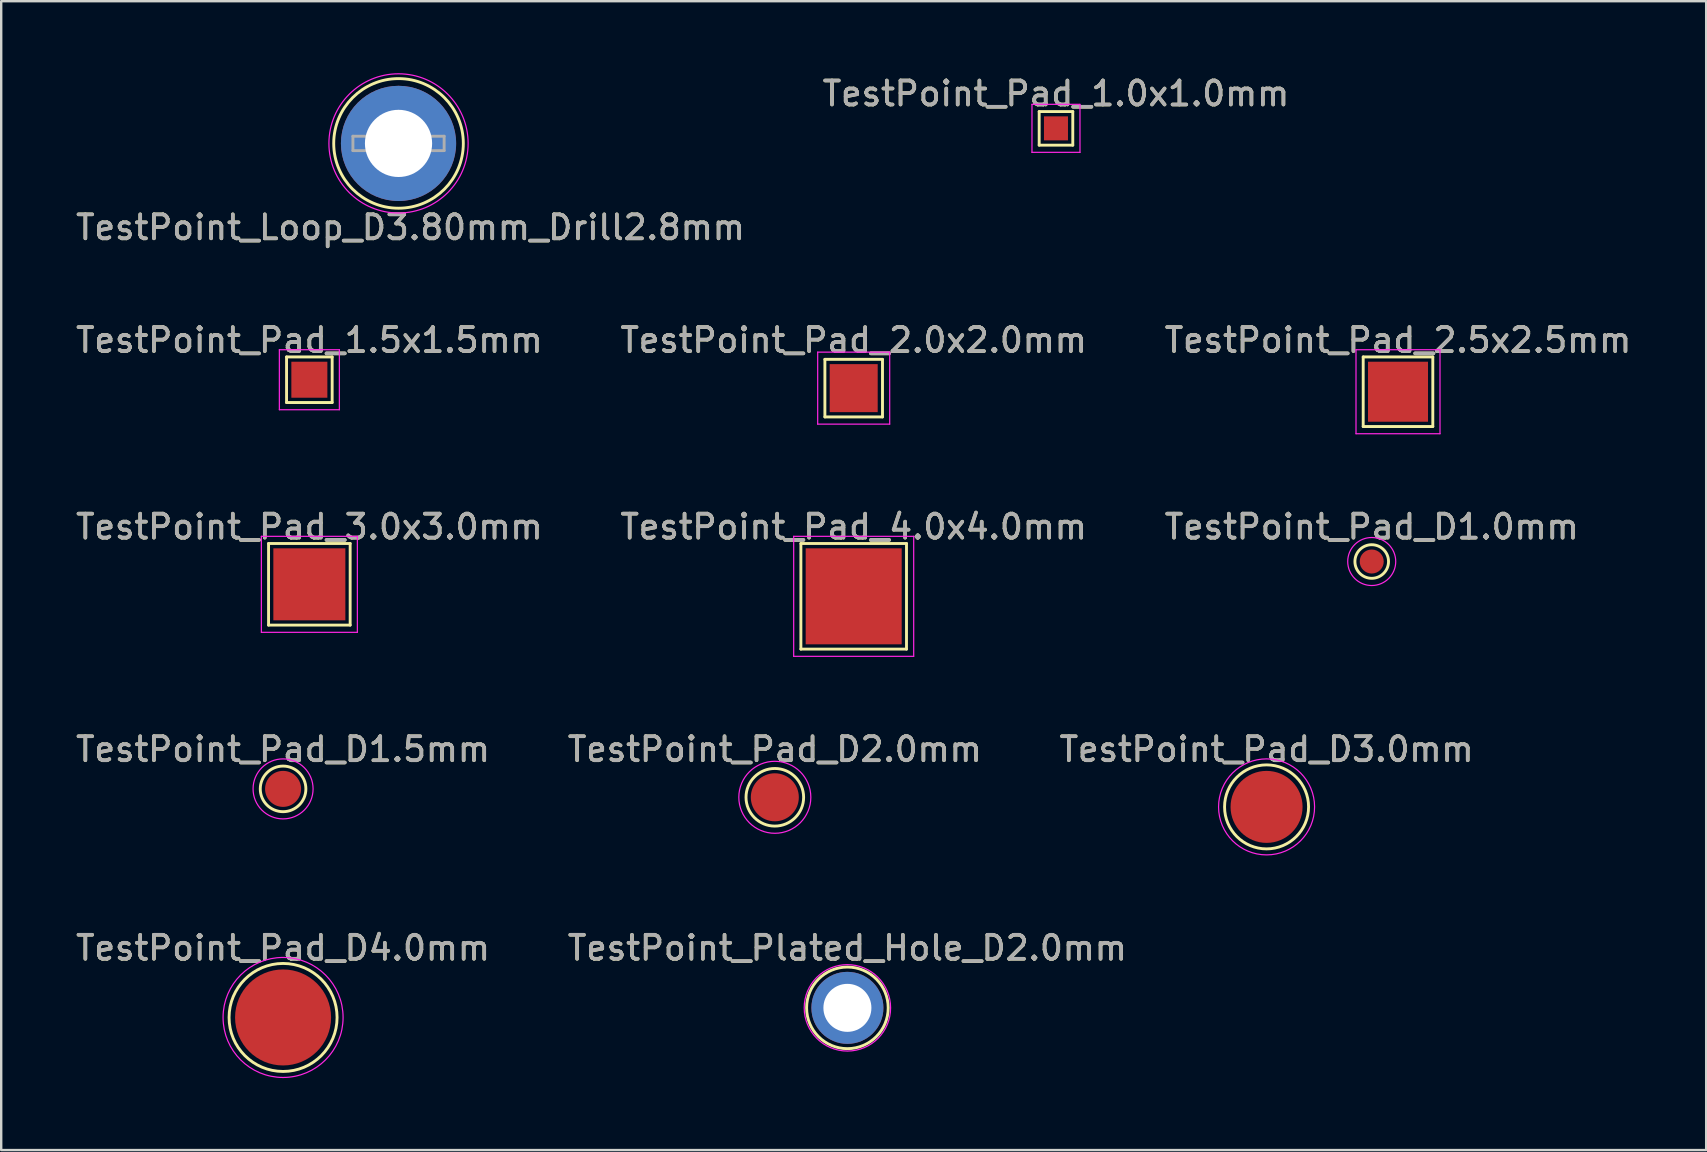
<source format=kicad_pcb>
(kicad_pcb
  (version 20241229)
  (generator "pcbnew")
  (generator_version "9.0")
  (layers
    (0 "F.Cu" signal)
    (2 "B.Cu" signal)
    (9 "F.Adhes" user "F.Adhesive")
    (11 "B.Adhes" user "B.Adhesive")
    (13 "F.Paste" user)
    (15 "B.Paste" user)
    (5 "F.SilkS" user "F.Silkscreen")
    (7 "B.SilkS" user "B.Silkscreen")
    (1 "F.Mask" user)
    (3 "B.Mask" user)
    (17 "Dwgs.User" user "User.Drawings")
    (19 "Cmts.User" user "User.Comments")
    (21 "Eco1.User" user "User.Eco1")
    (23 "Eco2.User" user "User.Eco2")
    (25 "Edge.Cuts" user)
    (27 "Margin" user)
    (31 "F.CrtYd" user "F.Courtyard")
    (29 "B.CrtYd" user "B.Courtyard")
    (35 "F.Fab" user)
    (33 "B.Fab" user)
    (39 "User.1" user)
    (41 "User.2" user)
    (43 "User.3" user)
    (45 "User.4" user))
  (footprint "TestPoint_Pad_4.0x4.0mm"
    (layer "F.Cu")
    (at 32.518 21.795)
    (property "Reference" "TestPoint_Pad_4.0x4.0mm" (at 0 -2.898 0) (layer "F.SilkS") (effects (font (size 1 1) (thickness 0.15))))
    (attr exclude_from_pos_files exclude_from_bom)
    (fp_line (start -2.2 -2.2) (end 2.2 -2.2) (stroke (width 0.12) (type solid)) (layer "F.SilkS"))
    (fp_line (start -2.2 2.2) (end -2.2 -2.2) (stroke (width 0.12) (type solid)) (layer "F.SilkS"))
    (fp_line (start 2.2 -2.2) (end 2.2 2.2) (stroke (width 0.12) (type solid)) (layer "F.SilkS"))
    (fp_line (start 2.2 2.2) (end -2.2 2.2) (stroke (width 0.12) (type solid)) (layer "F.SilkS"))
    (fp_line (start -2.5 -2.5) (end -2.5 2.5) (stroke (width 0.05) (type solid)) (layer "F.CrtYd"))
    (fp_line (start -2.5 -2.5) (end 2.5 -2.5) (stroke (width 0.05) (type solid)) (layer "F.CrtYd"))
    (fp_line (start 2.5 2.5) (end -2.5 2.5) (stroke (width 0.05) (type solid)) (layer "F.CrtYd"))
    (fp_line (start 2.5 2.5) (end 2.5 -2.5) (stroke (width 0.05) (type solid)) (layer "F.CrtYd"))
    (fp_text user "${REFERENCE}" (at 0 -2.9 0) (layer "F.Fab") (effects (font (size 1 1) (thickness 0.15))))
    (pad "1" smd rect (at 0 0) (size 4 4) (layers "F.Cu" "F.Mask")))
  (footprint "TestPoint_Pad_3.0x3.0mm"
    (layer "F.Cu")
    (at 9.839 21.295)
    (property "Reference" "TestPoint_Pad_3.0x3.0mm" (at 0 -2.398 0) (layer "F.SilkS") (effects (font (size 1 1) (thickness 0.15))))
    (attr exclude_from_pos_files exclude_from_bom)
    (fp_line (start -1.7 -1.7) (end 1.7 -1.7) (stroke (width 0.12) (type solid)) (layer "F.SilkS"))
    (fp_line (start -1.7 1.7) (end -1.7 -1.7) (stroke (width 0.12) (type solid)) (layer "F.SilkS"))
    (fp_line (start 1.7 -1.7) (end 1.7 1.7) (stroke (width 0.12) (type solid)) (layer "F.SilkS"))
    (fp_line (start 1.7 1.7) (end -1.7 1.7) (stroke (width 0.12) (type solid)) (layer "F.SilkS"))
    (fp_line (start -2 -2) (end -2 2) (stroke (width 0.05) (type solid)) (layer "F.CrtYd"))
    (fp_line (start -2 -2) (end 2 -2) (stroke (width 0.05) (type solid)) (layer "F.CrtYd"))
    (fp_line (start 2 2) (end -2 2) (stroke (width 0.05) (type solid)) (layer "F.CrtYd"))
    (fp_line (start 2 2) (end 2 -2) (stroke (width 0.05) (type solid)) (layer "F.CrtYd"))
    (fp_text user "${REFERENCE}" (at 0 -2.4 0) (layer "F.Fab") (effects (font (size 1 1) (thickness 0.15))))
    (pad "1" smd rect (at 0 0) (size 3 3) (layers "F.Cu" "F.Mask")))
  (footprint "TestPoint_Loop_D3.80mm_Drill2.8mm"
    (layer "F.Cu")
    (at 13.554 2.925)
    (property "Reference" "TestPoint_Loop_D3.80mm_Drill2.8mm" (at 0.5 3.5 0) (layer "F.SilkS") (effects (font (size 1 1) (thickness 0.15))))
    (attr through_hole)
    (fp_circle (center 0 0) (end 2.7 0) (stroke (width 0.12) (type solid)) (fill no) (layer "F.SilkS"))
    (fp_circle (center 0 0) (end 2.9 0) (stroke (width 0.05) (type solid)) (fill no) (layer "F.CrtYd"))
    (fp_line (start -1.9 -0.3) (end -1.9 0.3) (stroke (width 0.12) (type solid)) (layer "F.Fab"))
    (fp_line (start -1.9 0.3) (end 1.9 0.3) (stroke (width 0.12) (type solid)) (layer "F.Fab"))
    (fp_line (start 1.9 -0.3) (end -1.9 -0.3) (stroke (width 0.12) (type solid)) (layer "F.Fab"))
    (fp_line (start 1.9 0.3) (end 1.9 -0.3) (stroke (width 0.12) (type solid)) (layer "F.Fab"))
    (fp_text user "${REFERENCE}" (at 0.5 3.5 0) (layer "F.Fab") (effects (font (size 1 1) (thickness 0.15))))
    (pad "1" thru_hole circle (at 0 0) (size 4.8 4.8) (drill 2.8) (layers "*.Cu" "*.Mask")))
  (footprint "TestPoint_Pad_D1.0mm"
    (layer "F.Cu")
    (at 54.101 20.345)
    (property "Reference" "TestPoint_Pad_D1.0mm" (at 0 -1.448 0) (layer "F.SilkS") (effects (font (size 1 1) (thickness 0.15))))
    (attr exclude_from_pos_files exclude_from_bom)
    (fp_circle (center 0 0) (end 0 0.7) (stroke (width 0.12) (type solid)) (fill no) (layer "F.SilkS"))
    (fp_circle (center 0 0) (end 1 0) (stroke (width 0.05) (type solid)) (fill no) (layer "F.CrtYd"))
    (fp_text user "${REFERENCE}" (at 0 -1.45 0) (layer "F.Fab") (effects (font (size 1 1) (thickness 0.15))))
    (pad "1" smd circle (at 0 0) (size 1 1) (layers "F.Cu" "F.Mask")))
  (footprint "TestPoint_Pad_D4.0mm"
    (layer "F.Cu")
    (at 8.744 39.341)
    (property "Reference" "TestPoint_Pad_D4.0mm" (at 0 -2.898 0) (layer "F.SilkS") (effects (font (size 1 1) (thickness 0.15))))
    (attr exclude_from_pos_files exclude_from_bom)
    (fp_circle (center 0 0) (end 0 2.25) (stroke (width 0.12) (type solid)) (fill no) (layer "F.SilkS"))
    (fp_circle (center 0 0) (end 2.5 0) (stroke (width 0.05) (type solid)) (fill no) (layer "F.CrtYd"))
    (fp_text user "${REFERENCE}" (at 0 -2.9 0) (layer "F.Fab") (effects (font (size 1 1) (thickness 0.15))))
    (pad "1" smd circle (at 0 0) (size 4 4) (layers "F.Cu" "F.Mask")))
  (footprint "TestPoint_Pad_D1.5mm"
    (layer "F.Cu")
    (at 8.744 29.818)
    (property "Reference" "TestPoint_Pad_D1.5mm" (at 0 -1.648 0) (layer "F.SilkS") (effects (font (size 1 1) (thickness 0.15))))
    (attr exclude_from_pos_files exclude_from_bom)
    (fp_circle (center 0 0) (end 0 0.95) (stroke (width 0.12) (type solid)) (fill no) (layer "F.SilkS"))
    (fp_circle (center 0 0) (end 1.25 0) (stroke (width 0.05) (type solid)) (fill no) (layer "F.CrtYd"))
    (fp_text user "${REFERENCE}" (at 0 -1.65 0) (layer "F.Fab") (effects (font (size 1 1) (thickness 0.15))))
    (pad "1" smd circle (at 0 0) (size 1.5 1.5) (layers "F.Cu" "F.Mask")))
  (footprint "TestPoint_Pad_D2.0mm"
    (layer "F.Cu")
    (at 29.232 30.168)
    (property "Reference" "TestPoint_Pad_D2.0mm" (at 0 -1.998 0) (layer "F.SilkS") (effects (font (size 1 1) (thickness 0.15))))
    (attr exclude_from_pos_files exclude_from_bom)
    (fp_circle (center 0 0) (end 0 1.2) (stroke (width 0.12) (type solid)) (fill no) (layer "F.SilkS"))
    (fp_circle (center 0 0) (end 1.5 0) (stroke (width 0.05) (type solid)) (fill no) (layer "F.CrtYd"))
    (fp_text user "${REFERENCE}" (at 0 -2 0) (layer "F.Fab") (effects (font (size 1 1) (thickness 0.15))))
    (pad "1" smd circle (at 0 0) (size 2 2) (layers "F.Cu" "F.Mask")))
  (footprint "TestPoint_Pad_1.0x1.0mm"
    (layer "F.Cu")
    (at 40.946 2.298)
    (property "Reference" "TestPoint_Pad_1.0x1.0mm" (at 0 -1.448 0) (layer "F.SilkS") (effects (font (size 1 1) (thickness 0.15))))
    (attr exclude_from_pos_files exclude_from_bom)
    (fp_line (start -0.7 -0.7) (end 0.7 -0.7) (stroke (width 0.12) (type solid)) (layer "F.SilkS"))
    (fp_line (start -0.7 0.7) (end -0.7 -0.7) (stroke (width 0.12) (type solid)) (layer "F.SilkS"))
    (fp_line (start 0.7 -0.7) (end 0.7 0.7) (stroke (width 0.12) (type solid)) (layer "F.SilkS"))
    (fp_line (start 0.7 0.7) (end -0.7 0.7) (stroke (width 0.12) (type solid)) (layer "F.SilkS"))
    (fp_line (start -1 -1) (end -1 1) (stroke (width 0.05) (type solid)) (layer "F.CrtYd"))
    (fp_line (start -1 -1) (end 1 -1) (stroke (width 0.05) (type solid)) (layer "F.CrtYd"))
    (fp_line (start 1 1) (end -1 1) (stroke (width 0.05) (type solid)) (layer "F.CrtYd"))
    (fp_line (start 1 1) (end 1 -1) (stroke (width 0.05) (type solid)) (layer "F.CrtYd"))
    (fp_text user "${REFERENCE}" (at 0 -1.45 0) (layer "F.Fab") (effects (font (size 1 1) (thickness 0.15))))
    (pad "1" smd rect (at 0 0) (size 1 1) (layers "F.Cu" "F.Mask")))
  (footprint "TestPoint_Plated_Hole_D2.0mm"
    (layer "F.Cu")
    (at 32.256 38.941)
    (property "Reference" "TestPoint_Plated_Hole_D2.0mm" (at 0 -2.498 0) (layer "F.SilkS") (effects (font (size 1 1) (thickness 0.15))))
    (attr exclude_from_pos_files exclude_from_bom)
    (fp_circle (center 0 0) (end 0 -1.7) (stroke (width 0.12) (type solid)) (fill no) (layer "F.SilkS"))
    (fp_circle (center 0 0) (end 1.8 0) (stroke (width 0.05) (type solid)) (fill no) (layer "F.CrtYd"))
    (fp_text user "${REFERENCE}" (at 0 -2.5 0) (layer "F.Fab") (effects (font (size 1 1) (thickness 0.15))))
    (pad "1" thru_hole circle (at 0 0) (size 3 3) (drill 2) (layers "*.Cu" "*.Mask")))
  (footprint "TestPoint_Pad_2.5x2.5mm"
    (layer "F.Cu")
    (at 55.196 13.271)
    (property "Reference" "TestPoint_Pad_2.5x2.5mm" (at 0 -2.148 0) (layer "F.SilkS") (effects (font (size 1 1) (thickness 0.15))))
    (attr exclude_from_pos_files exclude_from_bom)
    (fp_line (start -1.45 -1.45) (end 1.45 -1.45) (stroke (width 0.12) (type solid)) (layer "F.SilkS"))
    (fp_line (start -1.45 1.45) (end -1.45 -1.45) (stroke (width 0.12) (type solid)) (layer "F.SilkS"))
    (fp_line (start 1.45 -1.45) (end 1.45 1.45) (stroke (width 0.12) (type solid)) (layer "F.SilkS"))
    (fp_line (start 1.45 1.45) (end -1.45 1.45) (stroke (width 0.12) (type solid)) (layer "F.SilkS"))
    (fp_line (start -1.75 -1.75) (end -1.75 1.75) (stroke (width 0.05) (type solid)) (layer "F.CrtYd"))
    (fp_line (start -1.75 -1.75) (end 1.75 -1.75) (stroke (width 0.05) (type solid)) (layer "F.CrtYd"))
    (fp_line (start 1.75 1.75) (end -1.75 1.75) (stroke (width 0.05) (type solid)) (layer "F.CrtYd"))
    (fp_line (start 1.75 1.75) (end 1.75 -1.75) (stroke (width 0.05) (type solid)) (layer "F.CrtYd"))
    (fp_text user "${REFERENCE}" (at 0 -2.15 0) (layer "F.Fab") (effects (font (size 1 1) (thickness 0.15))))
    (pad "1" smd rect (at 0 0) (size 2.5 2.5) (layers "F.Cu" "F.Mask")))
  (footprint "TestPoint_Pad_D3.0mm"
    (layer "F.Cu")
    (at 49.72 30.568)
    (property "Reference" "TestPoint_Pad_D3.0mm" (at 0 -2.398 0) (layer "F.SilkS") (effects (font (size 1 1) (thickness 0.15))))
    (attr exclude_from_pos_files exclude_from_bom)
    (fp_circle (center 0 0) (end 0 1.75) (stroke (width 0.12) (type solid)) (fill no) (layer "F.SilkS"))
    (fp_circle (center 0 0) (end 2 0) (stroke (width 0.05) (type solid)) (fill no) (layer "F.CrtYd"))
    (fp_text user "${REFERENCE}" (at 0 -2.4 0) (layer "F.Fab") (effects (font (size 1 1) (thickness 0.15))))
    (pad "1" smd circle (at 0 0) (size 3 3) (layers "F.Cu" "F.Mask")))
  (footprint "TestPoint_Pad_2.0x2.0mm"
    (layer "F.Cu")
    (at 32.518 13.121)
    (property "Reference" "TestPoint_Pad_2.0x2.0mm" (at 0 -1.998 0) (layer "F.SilkS") (effects (font (size 1 1) (thickness 0.15))))
    (attr exclude_from_pos_files exclude_from_bom)
    (fp_line (start -1.2 -1.2) (end 1.2 -1.2) (stroke (width 0.12) (type solid)) (layer "F.SilkS"))
    (fp_line (start -1.2 1.2) (end -1.2 -1.2) (stroke (width 0.12) (type solid)) (layer "F.SilkS"))
    (fp_line (start 1.2 -1.2) (end 1.2 1.2) (stroke (width 0.12) (type solid)) (layer "F.SilkS"))
    (fp_line (start 1.2 1.2) (end -1.2 1.2) (stroke (width 0.12) (type solid)) (layer "F.SilkS"))
    (fp_line (start -1.5 -1.5) (end -1.5 1.5) (stroke (width 0.05) (type solid)) (layer "F.CrtYd"))
    (fp_line (start -1.5 -1.5) (end 1.5 -1.5) (stroke (width 0.05) (type solid)) (layer "F.CrtYd"))
    (fp_line (start 1.5 1.5) (end -1.5 1.5) (stroke (width 0.05) (type solid)) (layer "F.CrtYd"))
    (fp_line (start 1.5 1.5) (end 1.5 -1.5) (stroke (width 0.05) (type solid)) (layer "F.CrtYd"))
    (fp_text user "${REFERENCE}" (at 0 -2 0) (layer "F.Fab") (effects (font (size 1 1) (thickness 0.15))))
    (pad "1" smd rect (at 0 0) (size 2 2) (layers "F.Cu" "F.Mask")))
  (footprint "TestPoint_Pad_1.5x1.5mm"
    (layer "F.Cu")
    (at 9.839 12.771)
    (property "Reference" "TestPoint_Pad_1.5x1.5mm" (at 0 -1.648 0) (layer "F.SilkS") (effects (font (size 1 1) (thickness 0.15))))
    (attr exclude_from_pos_files exclude_from_bom)
    (fp_line (start -0.95 -0.95) (end 0.95 -0.95) (stroke (width 0.12) (type solid)) (layer "F.SilkS"))
    (fp_line (start -0.95 0.95) (end -0.95 -0.95) (stroke (width 0.12) (type solid)) (layer "F.SilkS"))
    (fp_line (start 0.95 -0.95) (end 0.95 0.95) (stroke (width 0.12) (type solid)) (layer "F.SilkS"))
    (fp_line (start 0.95 0.95) (end -0.95 0.95) (stroke (width 0.12) (type solid)) (layer "F.SilkS"))
    (fp_line (start -1.25 -1.25) (end -1.25 1.25) (stroke (width 0.05) (type solid)) (layer "F.CrtYd"))
    (fp_line (start -1.25 -1.25) (end 1.25 -1.25) (stroke (width 0.05) (type solid)) (layer "F.CrtYd"))
    (fp_line (start 1.25 1.25) (end -1.25 1.25) (stroke (width 0.05) (type solid)) (layer "F.CrtYd"))
    (fp_line (start 1.25 1.25) (end 1.25 -1.25) (stroke (width 0.05) (type solid)) (layer "F.CrtYd"))
    (fp_text user "${REFERENCE}" (at 0 -1.65 0) (layer "F.Fab") (effects (font (size 1 1) (thickness 0.15))))
    (pad "1" smd rect (at 0 0) (size 1.5 1.5) (layers "F.Cu" "F.Mask")))
  (gr_rect
    (start -3 -3)
    (end 68.036 44.866)
    (stroke (width 0.1) (type default))
    (fill no)
    (layer "Edge.Cuts")))
</source>
